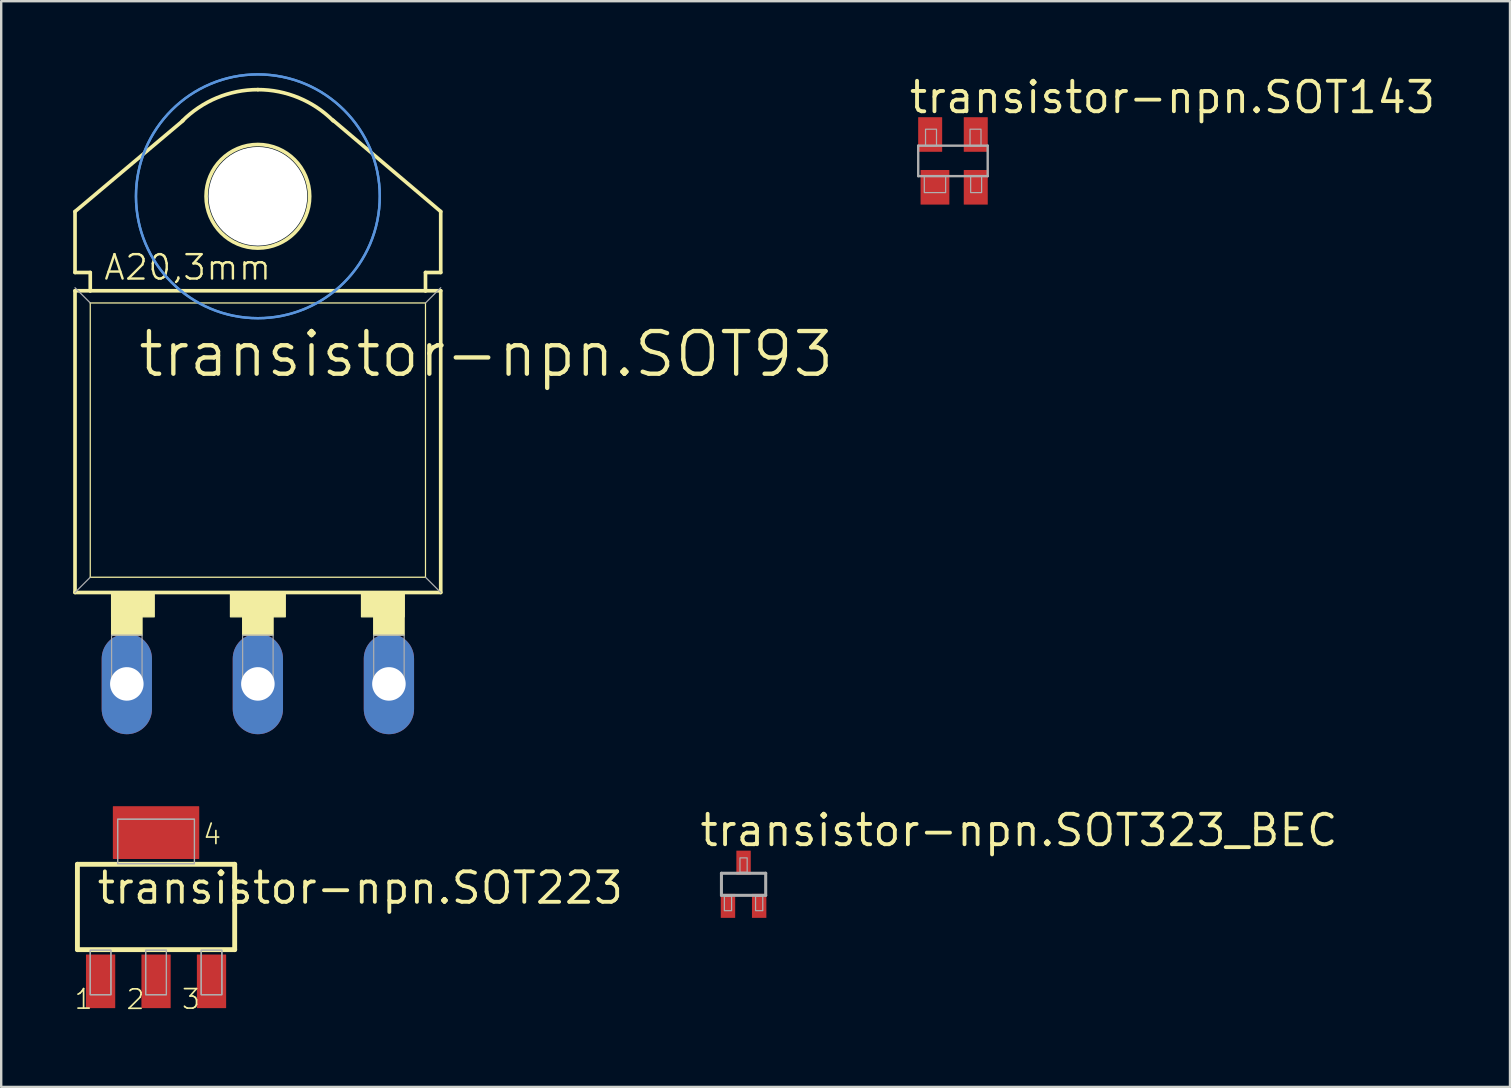
<source format=kicad_pcb>
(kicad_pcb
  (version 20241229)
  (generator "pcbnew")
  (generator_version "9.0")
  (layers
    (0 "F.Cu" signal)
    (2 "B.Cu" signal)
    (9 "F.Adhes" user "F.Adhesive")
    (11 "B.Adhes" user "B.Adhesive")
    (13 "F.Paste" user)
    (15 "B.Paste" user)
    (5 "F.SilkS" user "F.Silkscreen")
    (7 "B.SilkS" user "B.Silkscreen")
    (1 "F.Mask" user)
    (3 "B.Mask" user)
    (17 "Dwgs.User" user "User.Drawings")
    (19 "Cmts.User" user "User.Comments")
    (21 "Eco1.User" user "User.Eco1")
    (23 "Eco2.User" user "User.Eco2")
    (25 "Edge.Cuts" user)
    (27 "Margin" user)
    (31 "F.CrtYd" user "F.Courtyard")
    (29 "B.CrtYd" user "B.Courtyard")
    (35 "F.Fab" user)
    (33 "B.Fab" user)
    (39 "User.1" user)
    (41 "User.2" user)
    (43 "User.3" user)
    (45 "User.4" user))
  (footprint "transistor-npn.SOT93"
    (layer "F.Cu")
    (at 7.696 15.29)
    (property "Reference" "transistor-npn.SOT93" (at -5.08 -2.54 0) (layer "F.SilkS") (effects (font (size 1.778 1.778) (thickness 0.18)) (justify left bottom)))
    (attr through_hole)
    (fp_line (start -7.62 -9.525) (end -3.124 -13.31) (stroke (width 0.152) (type default)) (layer "F.SilkS"))
    (fp_line (start -7.62 -6.985) (end -7.62 -9.525) (stroke (width 0.152) (type default)) (layer "F.SilkS"))
    (fp_line (start -7.62 6.35) (end -7.62 -6.223) (stroke (width 0.152) (type default)) (layer "F.SilkS"))
    (fp_line (start -7.62 6.35) (end 7.62 6.35) (stroke (width 0.152) (type default)) (layer "F.SilkS"))
    (fp_line (start -6.985 -6.985) (end -7.62 -6.985) (stroke (width 0.152) (type default)) (layer "F.SilkS"))
    (fp_line (start -6.985 -6.223) (end -7.62 -6.223) (stroke (width 0.152) (type default)) (layer "F.SilkS"))
    (fp_line (start -6.985 -6.223) (end -6.985 -6.985) (stroke (width 0.152) (type default)) (layer "F.SilkS"))
    (fp_line (start -6.985 5.715) (end -6.985 -5.715) (stroke (width 0.051) (type default)) (layer "F.SilkS"))
    (fp_line (start -6.985 5.715) (end 6.985 5.715) (stroke (width 0.051) (type default)) (layer "F.SilkS"))
    (fp_line (start 6.985 -6.985) (end 7.62 -6.985) (stroke (width 0.152) (type default)) (layer "F.SilkS"))
    (fp_line (start 6.985 -6.223) (end -6.985 -6.223) (stroke (width 0.152) (type default)) (layer "F.SilkS"))
    (fp_line (start 6.985 -6.223) (end 6.985 -6.985) (stroke (width 0.152) (type default)) (layer "F.SilkS"))
    (fp_line (start 6.985 -5.715) (end -6.985 -5.715) (stroke (width 0.051) (type default)) (layer "F.SilkS"))
    (fp_line (start 6.985 -5.715) (end 6.985 5.715) (stroke (width 0.051) (type default)) (layer "F.SilkS"))
    (fp_line (start 7.62 -9.525) (end 3.124 -13.335) (stroke (width 0.152) (type default)) (layer "F.SilkS"))
    (fp_line (start 7.62 -6.985) (end 7.62 -9.525) (stroke (width 0.152) (type default)) (layer "F.SilkS"))
    (fp_line (start 7.62 -6.223) (end 6.985 -6.223) (stroke (width 0.152) (type default)) (layer "F.SilkS"))
    (fp_line (start 7.62 -6.223) (end 7.62 6.35) (stroke (width 0.152) (type default)) (layer "F.SilkS"))
    (fp_rect (start -6.096 7.366) (end -4.318 6.35) (stroke (width 0.05) (type default)) (fill yes) (layer "F.SilkS"))
    (fp_rect (start -6.096 8.128) (end -4.826 6.35) (stroke (width 0.05) (type default)) (fill yes) (layer "F.SilkS"))
    (fp_rect (start -1.143 7.366) (end 1.143 6.35) (stroke (width 0.05) (type default)) (fill yes) (layer "F.SilkS"))
    (fp_rect (start -0.635 8.128) (end 0.635 6.35) (stroke (width 0.05) (type default)) (fill yes) (layer "F.SilkS"))
    (fp_rect (start 4.318 7.366) (end 6.096 6.35) (stroke (width 0.05) (type default)) (fill yes) (layer "F.SilkS"))
    (fp_rect (start 4.826 8.128) (end 6.096 6.35) (stroke (width 0.05) (type default)) (fill yes) (layer "F.SilkS"))
    (fp_arc (start -3.1431 -13.3031) (mid -1.701032 -14.266651) (end 0 -14.605) (stroke (width 0.1524) (type default)) (layer "F.SilkS"))
    (fp_arc (start 0 -14.605) (mid 1.701032 -14.266651) (end 3.1431 -13.3031) (stroke (width 0.1524) (type default)) (layer "F.SilkS"))
    (fp_circle (center 0 -10.16) (end 2.159 -10.16) (stroke (width 0.152) (type default)) (fill no) (layer "F.SilkS"))
    (fp_circle (center 0 -10.16) (end 5.08 -10.16) (stroke (width 0.1) (type default)) (fill no) (layer "Cmts.User"))
    (fp_circle (center 0 -10.16) (end 5.08 -10.16) (stroke (width 0.1) (type default)) (fill no) (layer "Cmts.User"))
    (fp_line (start -6.985 -5.715) (end -7.62 -6.35) (stroke (width 0.051) (type default)) (layer "F.Fab"))
    (fp_line (start -6.985 5.715) (end -7.62 6.35) (stroke (width 0.051) (type default)) (layer "F.Fab"))
    (fp_line (start 6.985 -5.715) (end 7.62 -6.35) (stroke (width 0.051) (type default)) (layer "F.Fab"))
    (fp_line (start 6.985 5.715) (end 7.62 6.35) (stroke (width 0.051) (type default)) (layer "F.Fab"))
    (fp_rect (start -6.096 10.287) (end -4.826 8.128) (stroke (width 0.05) (type default)) (fill no) (layer "F.Fab"))
    (fp_rect (start -0.635 10.287) (end 0.635 8.128) (stroke (width 0.05) (type default)) (fill no) (layer "F.Fab"))
    (fp_rect (start 4.826 10.287) (end 6.096 8.128) (stroke (width 0.05) (type default)) (fill no) (layer "F.Fab"))
    (fp_text user "A20,3mm" (at -6.477 -6.604 0) (layer "F.SilkS") (effects (font (size 1.016 1.016) (thickness 0.1)) (justify left bottom)))
    (pad "" np_thru_hole circle (at 0 -10.16) (size 4.115 4.115) (drill 4.115) (layers "*.Cu" "*.Mask"))
    (pad "B" thru_hole oval (at -5.461 10.16 90) (size 4.191 2.095) (drill 1.397) (layers "*.Cu" "*.Mask"))
    (pad "C" thru_hole oval (at 0 10.16 90) (size 4.191 2.095) (drill 1.397) (layers "*.Cu" "*.Mask"))
    (pad "E" thru_hole oval (at 5.461 10.16 90) (size 4.191 2.095) (drill 1.397) (layers "*.Cu" "*.Mask")))
  (footprint "transistor-npn.SOT143"
    (layer "F.Cu")
    (at 36.662 3.655)
    (property "Reference" "transistor-npn.SOT143" (at -1.905 -1.905 0) (layer "F.SilkS") (effects (font (size 1.27 1.27) (thickness 0.16)) (justify left bottom)))
    (attr smd)
    (fp_line (start -1.448 -0.635) (end 1.448 -0.635) (stroke (width 0.1) (type default)) (layer "F.Fab"))
    (fp_line (start -1.448 0.635) (end -1.448 -0.635) (stroke (width 0.1) (type default)) (layer "F.Fab"))
    (fp_line (start -1.448 0.635) (end 1.448 0.635) (stroke (width 0.1) (type default)) (layer "F.Fab"))
    (fp_line (start 1.448 0.635) (end 1.448 -0.635) (stroke (width 0.1) (type default)) (layer "F.Fab"))
    (fp_rect (start -1.194 1.321) (end -0.305 0.635) (stroke (width 0.05) (type default)) (fill no) (layer "F.Fab"))
    (fp_rect (start -1.143 -0.635) (end -0.686 -1.321) (stroke (width 0.05) (type default)) (fill no) (layer "F.Fab"))
    (fp_rect (start 0.711 -0.635) (end 1.168 -1.321) (stroke (width 0.05) (type default)) (fill no) (layer "F.Fab"))
    (fp_rect (start 0.737 1.321) (end 1.194 0.635) (stroke (width 0.05) (type default)) (fill no) (layer "F.Fab"))
    (pad "1" smd roundrect (at -0.75 1.1) (size 1.2 1.44) (layers "F.Cu" "F.Mask" "F.Paste") (roundrect_rratio 0.01))
    (pad "2" smd roundrect (at 0.95 1.1) (size 1 1.44) (layers "F.Cu" "F.Mask" "F.Paste") (roundrect_rratio 0.01))
    (pad "3" smd roundrect (at 0.95 -1.1) (size 1 1.44) (layers "F.Cu" "F.Mask" "F.Paste") (roundrect_rratio 0.01))
    (pad "4" smd roundrect (at -0.95 -1.1) (size 1 1.44) (layers "F.Cu" "F.Mask" "F.Paste") (roundrect_rratio 0.01)))
  (footprint "transistor-npn.SOT323_BEC"
    (layer "F.Cu")
    (at 27.936 33.8)
    (property "Reference" "transistor-npn.SOT323_BEC" (at -1.905 -1.505 0) (layer "F.SilkS") (effects (font (size 1.27 1.27) (thickness 0.16)) (justify left bottom)))
    (attr smd)
    (fp_line (start -0.922 -0.46) (end 0.922 -0.46) (stroke (width 0.127) (type default)) (layer "F.Fab"))
    (fp_line (start -0.922 0.46) (end -0.922 -0.46) (stroke (width 0.127) (type default)) (layer "F.Fab"))
    (fp_line (start 0.922 -0.46) (end 0.922 0.46) (stroke (width 0.127) (type default)) (layer "F.Fab"))
    (fp_line (start 0.922 0.46) (end -0.922 0.46) (stroke (width 0.127) (type default)) (layer "F.Fab"))
    (fp_rect (start -0.8 1.1) (end -0.5 0.5) (stroke (width 0.05) (type default)) (fill no) (layer "F.Fab"))
    (fp_rect (start -0.15 -0.5) (end 0.15 -1.1) (stroke (width 0.05) (type default)) (fill no) (layer "F.Fab"))
    (fp_rect (start 0.5 1.1) (end 0.8 0.5) (stroke (width 0.05) (type default)) (fill no) (layer "F.Fab"))
    (pad "B" smd roundrect (at -0.65 0.9) (size 0.6 1) (layers "F.Cu" "F.Mask" "F.Paste") (roundrect_rratio 0.01))
    (pad "C" smd roundrect (at 0 -0.9) (size 0.6 1) (layers "F.Cu" "F.Mask" "F.Paste") (roundrect_rratio 0.01))
    (pad "E" smd roundrect (at 0.65 0.9) (size 0.6 1) (layers "F.Cu" "F.Mask" "F.Paste") (roundrect_rratio 0.01)))
  (footprint "transistor-npn.SOT223"
    (layer "F.Cu")
    (at 3.453 34.745)
    (property "Reference" "transistor-npn.SOT223" (at -2.54 -0.051 0) (layer "F.SilkS") (effects (font (size 1.27 1.27) (thickness 0.16)) (justify left bottom)))
    (attr smd)
    (fp_line (start -3.277 -1.778) (end 3.277 -1.778) (stroke (width 0.203) (type default)) (layer "F.SilkS"))
    (fp_line (start -3.277 1.778) (end -3.277 -1.778) (stroke (width 0.203) (type default)) (layer "F.SilkS"))
    (fp_line (start 3.277 -1.778) (end 3.277 1.778) (stroke (width 0.203) (type default)) (layer "F.SilkS"))
    (fp_line (start 3.277 1.778) (end -3.277 1.778) (stroke (width 0.203) (type default)) (layer "F.SilkS"))
    (fp_rect (start -2.743 3.658) (end -1.88 1.803) (stroke (width 0.05) (type default)) (fill no) (layer "F.Fab"))
    (fp_rect (start -2.743 3.658) (end -1.88 1.803) (stroke (width 0.05) (type default)) (fill no) (layer "F.Fab"))
    (fp_rect (start -1.6 -1.803) (end 1.6 -3.658) (stroke (width 0.05) (type default)) (fill no) (layer "F.Fab"))
    (fp_rect (start -1.6 -1.803) (end 1.6 -3.658) (stroke (width 0.05) (type default)) (fill no) (layer "F.Fab"))
    (fp_rect (start -0.432 3.658) (end 0.432 1.803) (stroke (width 0.05) (type default)) (fill no) (layer "F.Fab"))
    (fp_rect (start -0.432 3.658) (end 0.432 1.803) (stroke (width 0.05) (type default)) (fill no) (layer "F.Fab"))
    (fp_rect (start 1.88 3.658) (end 2.743 1.803) (stroke (width 0.05) (type default)) (fill no) (layer "F.Fab"))
    (fp_rect (start 1.88 3.658) (end 2.743 1.803) (stroke (width 0.05) (type default)) (fill no) (layer "F.Fab"))
    (fp_text user "2" (at -1.291 4.327 0) (layer "F.SilkS") (effects (font (size 0.813 0.813) (thickness 0.07)) (justify left bottom)))
    (fp_text user "4" (at 1.905 -2.54 0) (layer "F.SilkS") (effects (font (size 0.813 0.813) (thickness 0.07)) (justify left bottom)))
    (fp_text user "1" (at -3.453 4.318 0) (layer "F.SilkS") (effects (font (size 0.813 0.813) (thickness 0.07)) (justify left bottom)))
    (fp_text user "3" (at 1.021 4.318 0) (layer "F.SilkS") (effects (font (size 0.813 0.813) (thickness 0.07)) (justify left bottom)))
    (pad "1" smd roundrect (at -2.311 3.099) (size 1.219 2.235) (layers "F.Cu" "F.Mask" "F.Paste") (roundrect_rratio 0.01))
    (pad "2" smd roundrect (at 0 3.099) (size 1.219 2.235) (layers "F.Cu" "F.Mask" "F.Paste") (roundrect_rratio 0.01))
    (pad "3" smd roundrect (at 2.311 3.099) (size 1.219 2.235) (layers "F.Cu" "F.Mask" "F.Paste") (roundrect_rratio 0.01))
    (pad "4" smd roundrect (at 0 -3.099) (size 3.6 2.2) (layers "F.Cu" "F.Mask" "F.Paste") (roundrect_rratio 0.01)))
  (gr_rect
    (start -3 -3)
    (end 59.875 42.246)
    (stroke (width 0.1) (type default))
    (fill no)
    (layer "Edge.Cuts")))
</source>
